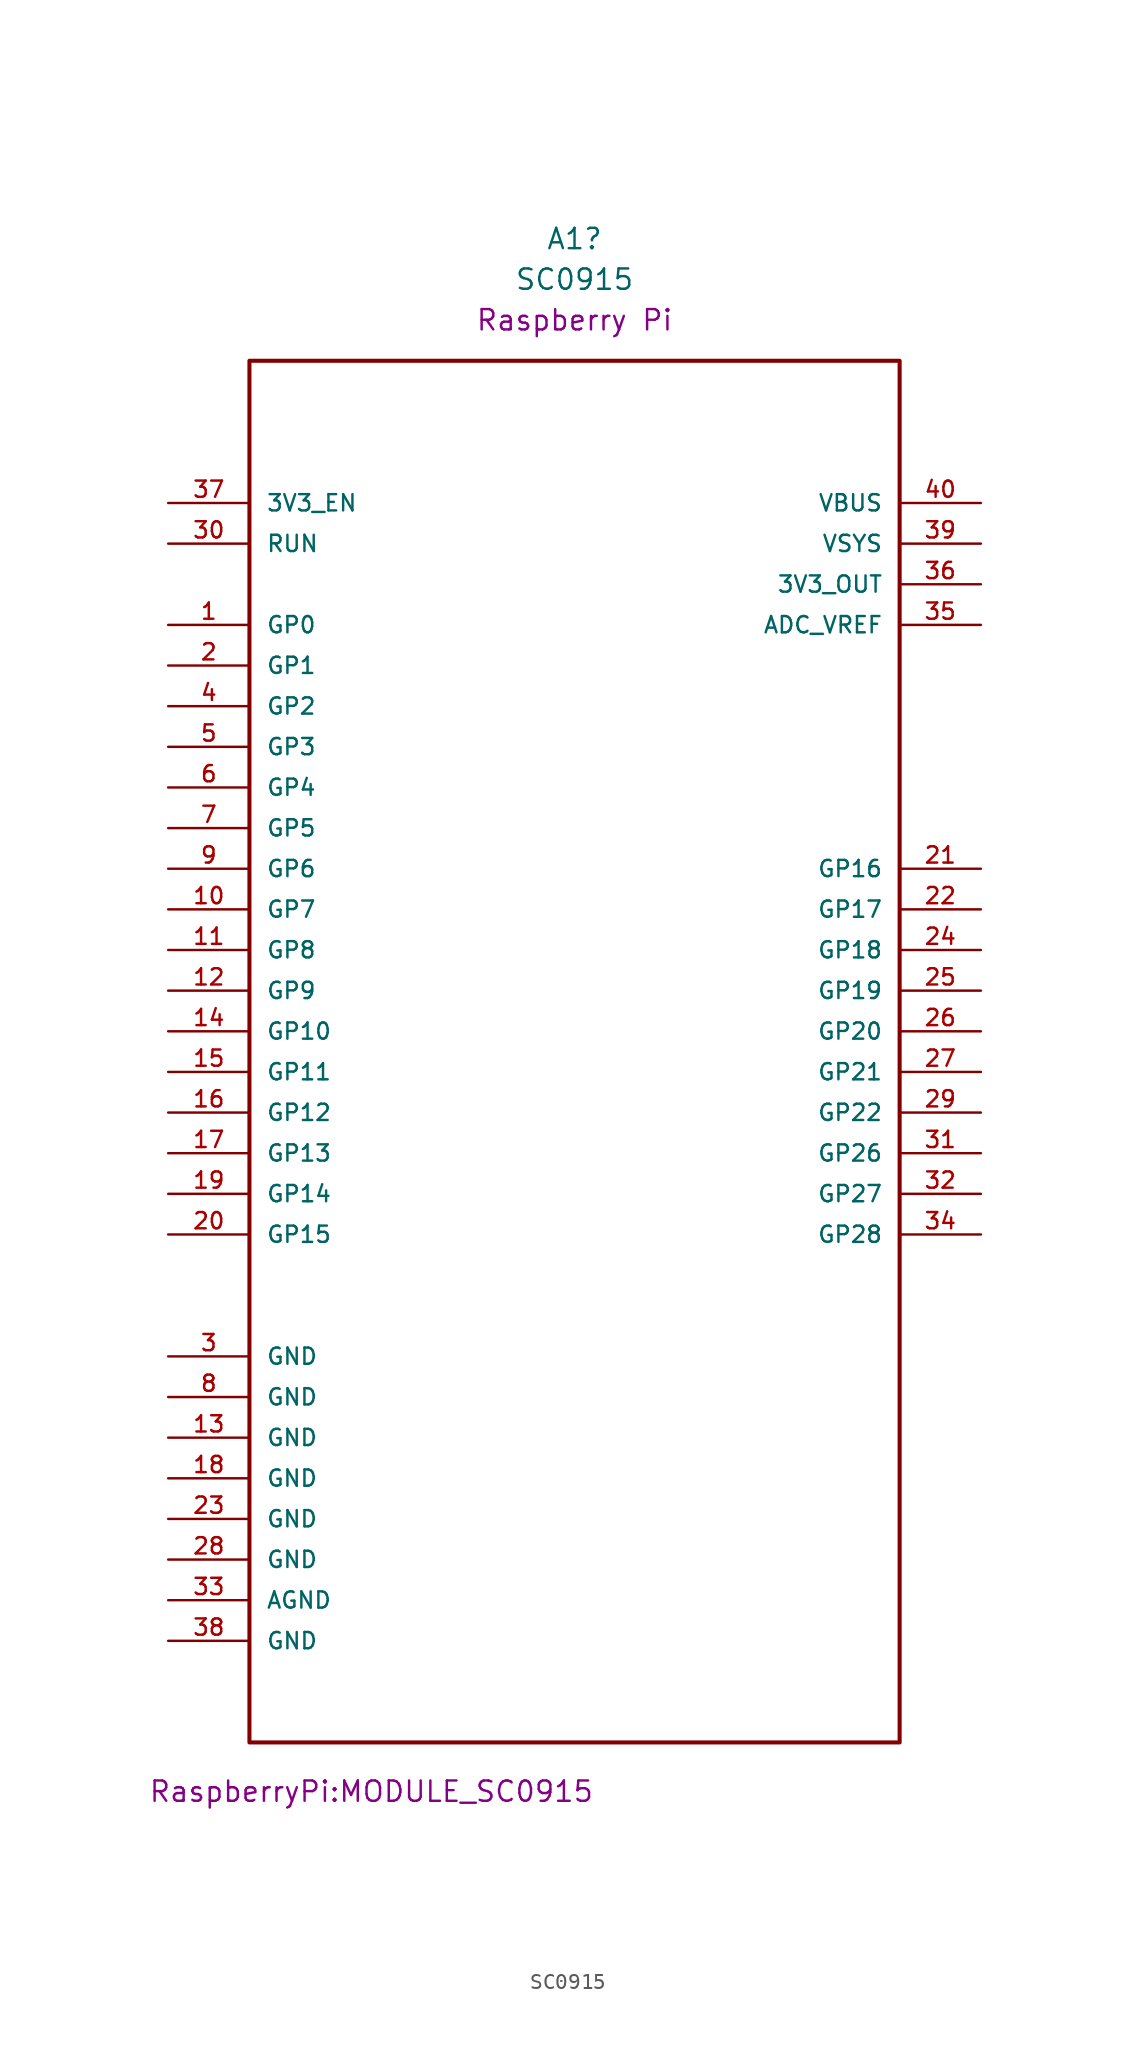
<source format=kicad_sym>
(kicad_symbol_lib
  (version 20211014)
  (generator kicad_symbol_editor)
  (symbol "SC0915"
    (pin_names
      (offset 1.016))
    (property "Reference" "A1"
      (at 0 50.8 0)
      (effects (font (size 1.27 1.27))))
    (property "Value" "SC0915"
      (at 0 48.26 0)
      (effects (font (size 1.27 1.27))))
    (property "Footprint" "RaspberryPi:MODULE_SC0915"
      (at -12.7 -46.99 0)
      (effects (font (size 1.27 1.27)) (justify bottom)))
    (property "manufacturer" "Raspberry Pi"
      (at 0 45.72 0)
      (effects (font (size 1.27 1.27))))
    (symbol "SC0915_0_0"
      (rectangle (start -20.32 -43.18) (end 20.32 43.18) (stroke (width 0.254) (type default) (color 0 0 0 0)) (fill (type none)))
      (pin bidirectional line (at -25.4 26.67 0) (length 5.08) (name "GP0" (effects (font (size 1.016 1.016)))) (number "1" (effects (font (size 1.016 1.016)))))
      (pin bidirectional line (at -25.4 8.89 0) (length 5.08) (name "GP7" (effects (font (size 1.016 1.016)))) (number "10" (effects (font (size 1.016 1.016)))))
      (pin bidirectional line (at -25.4 6.35 0) (length 5.08) (name "GP8" (effects (font (size 1.016 1.016)))) (number "11" (effects (font (size 1.016 1.016)))))
      (pin bidirectional line (at -25.4 3.81 0) (length 5.08) (name "GP9" (effects (font (size 1.016 1.016)))) (number "12" (effects (font (size 1.016 1.016)))))
      (pin power_in line (at -25.4 -24.13 0) (length 5.08) (name "GND" (effects (font (size 1.016 1.016)))) (number "13" (effects (font (size 1.016 1.016)))))
      (pin bidirectional line (at -25.4 1.27 0) (length 5.08) (name "GP10" (effects (font (size 1.016 1.016)))) (number "14" (effects (font (size 1.016 1.016)))))
      (pin bidirectional line (at -25.4 -1.27 0) (length 5.08) (name "GP11" (effects (font (size 1.016 1.016)))) (number "15" (effects (font (size 1.016 1.016)))))
      (pin bidirectional line (at -25.4 -3.81 0) (length 5.08) (name "GP12" (effects (font (size 1.016 1.016)))) (number "16" (effects (font (size 1.016 1.016)))))
      (pin bidirectional line (at -25.4 -6.35 0) (length 5.08) (name "GP13" (effects (font (size 1.016 1.016)))) (number "17" (effects (font (size 1.016 1.016)))))
      (pin power_in line (at -25.4 -26.67 0) (length 5.08) (name "GND" (effects (font (size 1.016 1.016)))) (number "18" (effects (font (size 1.016 1.016)))))
      (pin bidirectional line (at -25.4 -8.89 0) (length 5.08) (name "GP14" (effects (font (size 1.016 1.016)))) (number "19" (effects (font (size 1.016 1.016)))))
      (pin bidirectional line (at -25.4 24.13 0) (length 5.08) (name "GP1" (effects (font (size 1.016 1.016)))) (number "2" (effects (font (size 1.016 1.016)))))
      (pin bidirectional line (at -25.4 -11.43 0) (length 5.08) (name "GP15" (effects (font (size 1.016 1.016)))) (number "20" (effects (font (size 1.016 1.016)))))
      (pin bidirectional line (at 25.4 11.43 180) (length 5.08) (name "GP16" (effects (font (size 1.016 1.016)))) (number "21" (effects (font (size 1.016 1.016)))))
      (pin bidirectional line (at 25.4 8.89 180) (length 5.08) (name "GP17" (effects (font (size 1.016 1.016)))) (number "22" (effects (font (size 1.016 1.016)))))
      (pin power_in line (at -25.4 -29.21 0) (length 5.08) (name "GND" (effects (font (size 1.016 1.016)))) (number "23" (effects (font (size 1.016 1.016)))))
      (pin bidirectional line (at 25.4 6.35 180) (length 5.08) (name "GP18" (effects (font (size 1.016 1.016)))) (number "24" (effects (font (size 1.016 1.016)))))
      (pin bidirectional line (at 25.4 3.81 180) (length 5.08) (name "GP19" (effects (font (size 1.016 1.016)))) (number "25" (effects (font (size 1.016 1.016)))))
      (pin bidirectional line (at 25.4 1.27 180) (length 5.08) (name "GP20" (effects (font (size 1.016 1.016)))) (number "26" (effects (font (size 1.016 1.016)))))
      (pin bidirectional line (at 25.4 -1.27 180) (length 5.08) (name "GP21" (effects (font (size 1.016 1.016)))) (number "27" (effects (font (size 1.016 1.016)))))
      (pin power_in line (at -25.4 -31.75 0) (length 5.08) (name "GND" (effects (font (size 1.016 1.016)))) (number "28" (effects (font (size 1.016 1.016)))))
      (pin bidirectional line (at 25.4 -3.81 180) (length 5.08) (name "GP22" (effects (font (size 1.016 1.016)))) (number "29" (effects (font (size 1.016 1.016)))))
      (pin power_in line (at -25.4 -19.05 0) (length 5.08) (name "GND" (effects (font (size 1.016 1.016)))) (number "3" (effects (font (size 1.016 1.016)))))
      (pin input line (at -25.4 31.75 0) (length 5.08) (name "RUN" (effects (font (size 1.016 1.016)))) (number "30" (effects (font (size 1.016 1.016)))))
      (pin bidirectional line (at 25.4 -6.35 180) (length 5.08) (name "GP26" (effects (font (size 1.016 1.016)))) (number "31" (effects (font (size 1.016 1.016)))))
      (pin bidirectional line (at 25.4 -8.89 180) (length 5.08) (name "GP27" (effects (font (size 1.016 1.016)))) (number "32" (effects (font (size 1.016 1.016)))))
      (pin power_in line (at -25.4 -34.29 0) (length 5.08) (name "AGND" (effects (font (size 1.016 1.016)))) (number "33" (effects (font (size 1.016 1.016)))))
      (pin bidirectional line (at 25.4 -11.43 180) (length 5.08) (name "GP28" (effects (font (size 1.016 1.016)))) (number "34" (effects (font (size 1.016 1.016)))))
      (pin power_in line (at 25.4 26.67 180) (length 5.08) (name "ADC_VREF" (effects (font (size 1.016 1.016)))) (number "35" (effects (font (size 1.016 1.016)))))
      (pin power_in line (at 25.4 29.21 180) (length 5.08) (name "3V3_OUT" (effects (font (size 1.016 1.016)))) (number "36" (effects (font (size 1.016 1.016)))))
      (pin input line (at -25.4 34.29 0) (length 5.08) (name "3V3_EN" (effects (font (size 1.016 1.016)))) (number "37" (effects (font (size 1.016 1.016)))))
      (pin power_in line (at -25.4 -36.83 0) (length 5.08) (name "GND" (effects (font (size 1.016 1.016)))) (number "38" (effects (font (size 1.016 1.016)))))
      (pin free line (at 25.4 31.75 180) (length 5.08) (name "VSYS" (effects (font (size 1.016 1.016)))) (number "39" (effects (font (size 1.016 1.016)))))
      (pin bidirectional line (at -25.4 21.59 0) (length 5.08) (name "GP2" (effects (font (size 1.016 1.016)))) (number "4" (effects (font (size 1.016 1.016)))))
      (pin free line (at 25.4 34.29 180) (length 5.08) (name "VBUS" (effects (font (size 1.016 1.016)))) (number "40" (effects (font (size 1.016 1.016)))))
      (pin bidirectional line (at -25.4 19.05 0) (length 5.08) (name "GP3" (effects (font (size 1.016 1.016)))) (number "5" (effects (font (size 1.016 1.016)))))
      (pin bidirectional line (at -25.4 16.51 0) (length 5.08) (name "GP4" (effects (font (size 1.016 1.016)))) (number "6" (effects (font (size 1.016 1.016)))))
      (pin bidirectional line (at -25.4 13.97 0) (length 5.08) (name "GP5" (effects (font (size 1.016 1.016)))) (number "7" (effects (font (size 1.016 1.016)))))
      (pin power_in line (at -25.4 -21.59 0) (length 5.08) (name "GND" (effects (font (size 1.016 1.016)))) (number "8" (effects (font (size 1.016 1.016)))))
      (pin bidirectional line (at -25.4 11.43 0) (length 5.08) (name "GP6" (effects (font (size 1.016 1.016)))) (number "9" (effects (font (size 1.016 1.016))))))))
</source>
